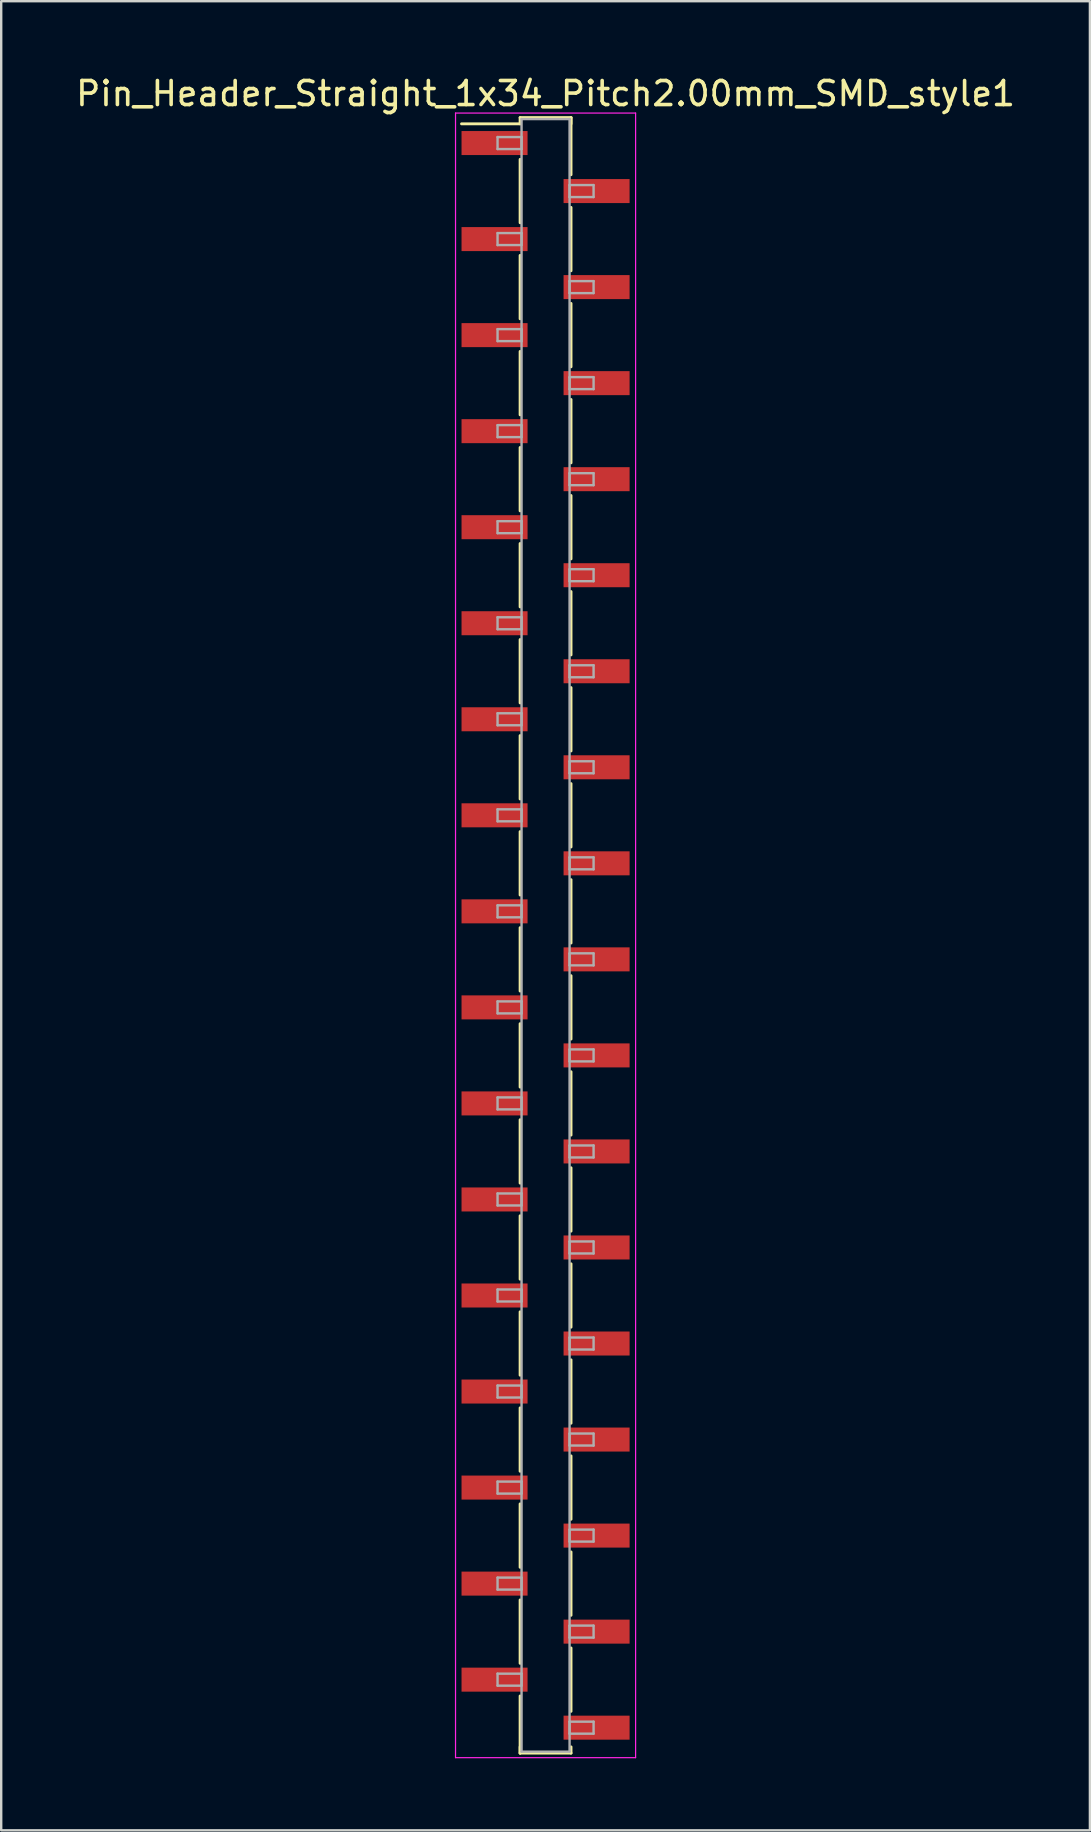
<source format=kicad_pcb>
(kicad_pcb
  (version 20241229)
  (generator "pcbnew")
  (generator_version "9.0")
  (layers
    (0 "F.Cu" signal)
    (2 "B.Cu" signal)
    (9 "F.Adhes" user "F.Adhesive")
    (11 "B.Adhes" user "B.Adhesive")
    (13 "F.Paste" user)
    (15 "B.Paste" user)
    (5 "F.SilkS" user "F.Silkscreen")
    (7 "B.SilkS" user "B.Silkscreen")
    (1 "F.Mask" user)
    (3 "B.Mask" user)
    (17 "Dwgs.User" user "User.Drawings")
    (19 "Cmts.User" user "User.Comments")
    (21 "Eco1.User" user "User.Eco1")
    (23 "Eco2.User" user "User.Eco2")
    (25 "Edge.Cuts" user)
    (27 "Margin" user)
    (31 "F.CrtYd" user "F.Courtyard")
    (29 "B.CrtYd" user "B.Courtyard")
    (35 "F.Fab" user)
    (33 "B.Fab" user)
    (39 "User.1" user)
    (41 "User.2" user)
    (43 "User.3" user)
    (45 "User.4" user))
  (footprint "Pin_Header_Straight_1x34_Pitch2.00mm_SMD_style1"
    (layer "F.Cu")
    (at 19.673 35.908)
    (property "Reference" "Pin_Header_Straight_1x34_Pitch2.00mm_SMD_style1" (at 0 -35.06 0) (layer "F.SilkS") (effects (font (size 1 1) (thickness 0.15))))
    (attr smd)
    (fp_line (start -1.06 -34.06) (end 1.06 -34.06) (stroke (width 0.12) (type solid)) (layer "F.SilkS"))
    (fp_line (start -1.06 -33.8) (end -3.5 -33.8) (stroke (width 0.12) (type solid)) (layer "F.SilkS"))
    (fp_line (start -1.06 -33.8) (end -1.06 -34.06) (stroke (width 0.12) (type solid)) (layer "F.SilkS"))
    (fp_line (start -1.06 -32.32) (end -1.06 -29.68) (stroke (width 0.12) (type solid)) (layer "F.SilkS"))
    (fp_line (start -1.06 -28.32) (end -1.06 -25.68) (stroke (width 0.12) (type solid)) (layer "F.SilkS"))
    (fp_line (start -1.06 -24.32) (end -1.06 -21.68) (stroke (width 0.12) (type solid)) (layer "F.SilkS"))
    (fp_line (start -1.06 -20.32) (end -1.06 -17.68) (stroke (width 0.12) (type solid)) (layer "F.SilkS"))
    (fp_line (start -1.06 -16.32) (end -1.06 -13.68) (stroke (width 0.12) (type solid)) (layer "F.SilkS"))
    (fp_line (start -1.06 -12.32) (end -1.06 -9.68) (stroke (width 0.12) (type solid)) (layer "F.SilkS"))
    (fp_line (start -1.06 -8.32) (end -1.06 -5.68) (stroke (width 0.12) (type solid)) (layer "F.SilkS"))
    (fp_line (start -1.06 -4.32) (end -1.06 -1.68) (stroke (width 0.12) (type solid)) (layer "F.SilkS"))
    (fp_line (start -1.06 -0.32) (end -1.06 2.32) (stroke (width 0.12) (type solid)) (layer "F.SilkS"))
    (fp_line (start -1.06 3.68) (end -1.06 6.32) (stroke (width 0.12) (type solid)) (layer "F.SilkS"))
    (fp_line (start -1.06 7.68) (end -1.06 10.32) (stroke (width 0.12) (type solid)) (layer "F.SilkS"))
    (fp_line (start -1.06 11.68) (end -1.06 14.32) (stroke (width 0.12) (type solid)) (layer "F.SilkS"))
    (fp_line (start -1.06 15.68) (end -1.06 18.32) (stroke (width 0.12) (type solid)) (layer "F.SilkS"))
    (fp_line (start -1.06 19.68) (end -1.06 22.32) (stroke (width 0.12) (type solid)) (layer "F.SilkS"))
    (fp_line (start -1.06 23.68) (end -1.06 26.32) (stroke (width 0.12) (type solid)) (layer "F.SilkS"))
    (fp_line (start -1.06 27.68) (end -1.06 30.32) (stroke (width 0.12) (type solid)) (layer "F.SilkS"))
    (fp_line (start -1.06 31.68) (end -1.06 34.06) (stroke (width 0.12) (type solid)) (layer "F.SilkS"))
    (fp_line (start -1.06 33.8) (end -1.06 34.06) (stroke (width 0.12) (type solid)) (layer "F.SilkS"))
    (fp_line (start -1.06 34.06) (end 1.06 34.06) (stroke (width 0.12) (type solid)) (layer "F.SilkS"))
    (fp_line (start 1.06 -34.06) (end 1.06 -33.8) (stroke (width 0.12) (type solid)) (layer "F.SilkS"))
    (fp_line (start 1.06 -34.06) (end 1.06 -31.68) (stroke (width 0.12) (type solid)) (layer "F.SilkS"))
    (fp_line (start 1.06 -30.32) (end 1.06 -27.68) (stroke (width 0.12) (type solid)) (layer "F.SilkS"))
    (fp_line (start 1.06 -26.32) (end 1.06 -23.68) (stroke (width 0.12) (type solid)) (layer "F.SilkS"))
    (fp_line (start 1.06 -22.32) (end 1.06 -19.68) (stroke (width 0.12) (type solid)) (layer "F.SilkS"))
    (fp_line (start 1.06 -18.32) (end 1.06 -15.68) (stroke (width 0.12) (type solid)) (layer "F.SilkS"))
    (fp_line (start 1.06 -14.32) (end 1.06 -11.68) (stroke (width 0.12) (type solid)) (layer "F.SilkS"))
    (fp_line (start 1.06 -10.32) (end 1.06 -7.68) (stroke (width 0.12) (type solid)) (layer "F.SilkS"))
    (fp_line (start 1.06 -6.32) (end 1.06 -3.68) (stroke (width 0.12) (type solid)) (layer "F.SilkS"))
    (fp_line (start 1.06 -2.32) (end 1.06 0.32) (stroke (width 0.12) (type solid)) (layer "F.SilkS"))
    (fp_line (start 1.06 1.68) (end 1.06 4.32) (stroke (width 0.12) (type solid)) (layer "F.SilkS"))
    (fp_line (start 1.06 5.68) (end 1.06 8.32) (stroke (width 0.12) (type solid)) (layer "F.SilkS"))
    (fp_line (start 1.06 9.68) (end 1.06 12.32) (stroke (width 0.12) (type solid)) (layer "F.SilkS"))
    (fp_line (start 1.06 13.68) (end 1.06 16.32) (stroke (width 0.12) (type solid)) (layer "F.SilkS"))
    (fp_line (start 1.06 17.68) (end 1.06 20.32) (stroke (width 0.12) (type solid)) (layer "F.SilkS"))
    (fp_line (start 1.06 21.68) (end 1.06 24.32) (stroke (width 0.12) (type solid)) (layer "F.SilkS"))
    (fp_line (start 1.06 25.68) (end 1.06 28.32) (stroke (width 0.12) (type solid)) (layer "F.SilkS"))
    (fp_line (start 1.06 29.68) (end 1.06 32.32) (stroke (width 0.12) (type solid)) (layer "F.SilkS"))
    (fp_line (start 1.06 34.06) (end 1.06 33.8) (stroke (width 0.12) (type solid)) (layer "F.SilkS"))
    (fp_line (start -3.75 -34.25) (end -3.75 34.25) (stroke (width 0.05) (type solid)) (layer "F.CrtYd"))
    (fp_line (start -3.75 34.25) (end 3.75 34.25) (stroke (width 0.05) (type solid)) (layer "F.CrtYd"))
    (fp_line (start 3.75 -34.25) (end -3.75 -34.25) (stroke (width 0.05) (type solid)) (layer "F.CrtYd"))
    (fp_line (start 3.75 34.25) (end 3.75 -34.25) (stroke (width 0.05) (type solid)) (layer "F.CrtYd"))
    (fp_line (start -2 -33.25) (end -1 -33.25) (stroke (width 0.1) (type solid)) (layer "F.Fab"))
    (fp_line (start -2 -32.75) (end -2 -33.25) (stroke (width 0.1) (type solid)) (layer "F.Fab"))
    (fp_line (start -2 -29.25) (end -1 -29.25) (stroke (width 0.1) (type solid)) (layer "F.Fab"))
    (fp_line (start -2 -28.75) (end -2 -29.25) (stroke (width 0.1) (type solid)) (layer "F.Fab"))
    (fp_line (start -2 -25.25) (end -1 -25.25) (stroke (width 0.1) (type solid)) (layer "F.Fab"))
    (fp_line (start -2 -24.75) (end -2 -25.25) (stroke (width 0.1) (type solid)) (layer "F.Fab"))
    (fp_line (start -2 -21.25) (end -1 -21.25) (stroke (width 0.1) (type solid)) (layer "F.Fab"))
    (fp_line (start -2 -20.75) (end -2 -21.25) (stroke (width 0.1) (type solid)) (layer "F.Fab"))
    (fp_line (start -2 -17.25) (end -1 -17.25) (stroke (width 0.1) (type solid)) (layer "F.Fab"))
    (fp_line (start -2 -16.75) (end -2 -17.25) (stroke (width 0.1) (type solid)) (layer "F.Fab"))
    (fp_line (start -2 -13.25) (end -1 -13.25) (stroke (width 0.1) (type solid)) (layer "F.Fab"))
    (fp_line (start -2 -12.75) (end -2 -13.25) (stroke (width 0.1) (type solid)) (layer "F.Fab"))
    (fp_line (start -2 -9.25) (end -1 -9.25) (stroke (width 0.1) (type solid)) (layer "F.Fab"))
    (fp_line (start -2 -8.75) (end -2 -9.25) (stroke (width 0.1) (type solid)) (layer "F.Fab"))
    (fp_line (start -2 -5.25) (end -1 -5.25) (stroke (width 0.1) (type solid)) (layer "F.Fab"))
    (fp_line (start -2 -4.75) (end -2 -5.25) (stroke (width 0.1) (type solid)) (layer "F.Fab"))
    (fp_line (start -2 -1.25) (end -1 -1.25) (stroke (width 0.1) (type solid)) (layer "F.Fab"))
    (fp_line (start -2 -0.75) (end -2 -1.25) (stroke (width 0.1) (type solid)) (layer "F.Fab"))
    (fp_line (start -2 2.75) (end -1 2.75) (stroke (width 0.1) (type solid)) (layer "F.Fab"))
    (fp_line (start -2 3.25) (end -2 2.75) (stroke (width 0.1) (type solid)) (layer "F.Fab"))
    (fp_line (start -2 6.75) (end -1 6.75) (stroke (width 0.1) (type solid)) (layer "F.Fab"))
    (fp_line (start -2 7.25) (end -2 6.75) (stroke (width 0.1) (type solid)) (layer "F.Fab"))
    (fp_line (start -2 10.75) (end -1 10.75) (stroke (width 0.1) (type solid)) (layer "F.Fab"))
    (fp_line (start -2 11.25) (end -2 10.75) (stroke (width 0.1) (type solid)) (layer "F.Fab"))
    (fp_line (start -2 14.75) (end -1 14.75) (stroke (width 0.1) (type solid)) (layer "F.Fab"))
    (fp_line (start -2 15.25) (end -2 14.75) (stroke (width 0.1) (type solid)) (layer "F.Fab"))
    (fp_line (start -2 18.75) (end -1 18.75) (stroke (width 0.1) (type solid)) (layer "F.Fab"))
    (fp_line (start -2 19.25) (end -2 18.75) (stroke (width 0.1) (type solid)) (layer "F.Fab"))
    (fp_line (start -2 22.75) (end -1 22.75) (stroke (width 0.1) (type solid)) (layer "F.Fab"))
    (fp_line (start -2 23.25) (end -2 22.75) (stroke (width 0.1) (type solid)) (layer "F.Fab"))
    (fp_line (start -2 26.75) (end -1 26.75) (stroke (width 0.1) (type solid)) (layer "F.Fab"))
    (fp_line (start -2 27.25) (end -2 26.75) (stroke (width 0.1) (type solid)) (layer "F.Fab"))
    (fp_line (start -2 30.75) (end -1 30.75) (stroke (width 0.1) (type solid)) (layer "F.Fab"))
    (fp_line (start -2 31.25) (end -2 30.75) (stroke (width 0.1) (type solid)) (layer "F.Fab"))
    (fp_line (start -1 -34) (end -1 34) (stroke (width 0.1) (type solid)) (layer "F.Fab"))
    (fp_line (start -1 -33.25) (end -1 -32.75) (stroke (width 0.1) (type solid)) (layer "F.Fab"))
    (fp_line (start -1 -32.75) (end -2 -32.75) (stroke (width 0.1) (type solid)) (layer "F.Fab"))
    (fp_line (start -1 -29.25) (end -1 -28.75) (stroke (width 0.1) (type solid)) (layer "F.Fab"))
    (fp_line (start -1 -28.75) (end -2 -28.75) (stroke (width 0.1) (type solid)) (layer "F.Fab"))
    (fp_line (start -1 -25.25) (end -1 -24.75) (stroke (width 0.1) (type solid)) (layer "F.Fab"))
    (fp_line (start -1 -24.75) (end -2 -24.75) (stroke (width 0.1) (type solid)) (layer "F.Fab"))
    (fp_line (start -1 -21.25) (end -1 -20.75) (stroke (width 0.1) (type solid)) (layer "F.Fab"))
    (fp_line (start -1 -20.75) (end -2 -20.75) (stroke (width 0.1) (type solid)) (layer "F.Fab"))
    (fp_line (start -1 -17.25) (end -1 -16.75) (stroke (width 0.1) (type solid)) (layer "F.Fab"))
    (fp_line (start -1 -16.75) (end -2 -16.75) (stroke (width 0.1) (type solid)) (layer "F.Fab"))
    (fp_line (start -1 -13.25) (end -1 -12.75) (stroke (width 0.1) (type solid)) (layer "F.Fab"))
    (fp_line (start -1 -12.75) (end -2 -12.75) (stroke (width 0.1) (type solid)) (layer "F.Fab"))
    (fp_line (start -1 -9.25) (end -1 -8.75) (stroke (width 0.1) (type solid)) (layer "F.Fab"))
    (fp_line (start -1 -8.75) (end -2 -8.75) (stroke (width 0.1) (type solid)) (layer "F.Fab"))
    (fp_line (start -1 -5.25) (end -1 -4.75) (stroke (width 0.1) (type solid)) (layer "F.Fab"))
    (fp_line (start -1 -4.75) (end -2 -4.75) (stroke (width 0.1) (type solid)) (layer "F.Fab"))
    (fp_line (start -1 -1.25) (end -1 -0.75) (stroke (width 0.1) (type solid)) (layer "F.Fab"))
    (fp_line (start -1 -0.75) (end -2 -0.75) (stroke (width 0.1) (type solid)) (layer "F.Fab"))
    (fp_line (start -1 2.75) (end -1 3.25) (stroke (width 0.1) (type solid)) (layer "F.Fab"))
    (fp_line (start -1 3.25) (end -2 3.25) (stroke (width 0.1) (type solid)) (layer "F.Fab"))
    (fp_line (start -1 6.75) (end -1 7.25) (stroke (width 0.1) (type solid)) (layer "F.Fab"))
    (fp_line (start -1 7.25) (end -2 7.25) (stroke (width 0.1) (type solid)) (layer "F.Fab"))
    (fp_line (start -1 10.75) (end -1 11.25) (stroke (width 0.1) (type solid)) (layer "F.Fab"))
    (fp_line (start -1 11.25) (end -2 11.25) (stroke (width 0.1) (type solid)) (layer "F.Fab"))
    (fp_line (start -1 14.75) (end -1 15.25) (stroke (width 0.1) (type solid)) (layer "F.Fab"))
    (fp_line (start -1 15.25) (end -2 15.25) (stroke (width 0.1) (type solid)) (layer "F.Fab"))
    (fp_line (start -1 18.75) (end -1 19.25) (stroke (width 0.1) (type solid)) (layer "F.Fab"))
    (fp_line (start -1 19.25) (end -2 19.25) (stroke (width 0.1) (type solid)) (layer "F.Fab"))
    (fp_line (start -1 22.75) (end -1 23.25) (stroke (width 0.1) (type solid)) (layer "F.Fab"))
    (fp_line (start -1 23.25) (end -2 23.25) (stroke (width 0.1) (type solid)) (layer "F.Fab"))
    (fp_line (start -1 26.75) (end -1 27.25) (stroke (width 0.1) (type solid)) (layer "F.Fab"))
    (fp_line (start -1 27.25) (end -2 27.25) (stroke (width 0.1) (type solid)) (layer "F.Fab"))
    (fp_line (start -1 30.75) (end -1 31.25) (stroke (width 0.1) (type solid)) (layer "F.Fab"))
    (fp_line (start -1 31.25) (end -2 31.25) (stroke (width 0.1) (type solid)) (layer "F.Fab"))
    (fp_line (start -1 34) (end 1 34) (stroke (width 0.1) (type solid)) (layer "F.Fab"))
    (fp_line (start 1 -34) (end -1 -34) (stroke (width 0.1) (type solid)) (layer "F.Fab"))
    (fp_line (start 1 -31.25) (end 1 -30.75) (stroke (width 0.1) (type solid)) (layer "F.Fab"))
    (fp_line (start 1 -30.75) (end 2 -30.75) (stroke (width 0.1) (type solid)) (layer "F.Fab"))
    (fp_line (start 1 -27.25) (end 1 -26.75) (stroke (width 0.1) (type solid)) (layer "F.Fab"))
    (fp_line (start 1 -26.75) (end 2 -26.75) (stroke (width 0.1) (type solid)) (layer "F.Fab"))
    (fp_line (start 1 -23.25) (end 1 -22.75) (stroke (width 0.1) (type solid)) (layer "F.Fab"))
    (fp_line (start 1 -22.75) (end 2 -22.75) (stroke (width 0.1) (type solid)) (layer "F.Fab"))
    (fp_line (start 1 -19.25) (end 1 -18.75) (stroke (width 0.1) (type solid)) (layer "F.Fab"))
    (fp_line (start 1 -18.75) (end 2 -18.75) (stroke (width 0.1) (type solid)) (layer "F.Fab"))
    (fp_line (start 1 -15.25) (end 1 -14.75) (stroke (width 0.1) (type solid)) (layer "F.Fab"))
    (fp_line (start 1 -14.75) (end 2 -14.75) (stroke (width 0.1) (type solid)) (layer "F.Fab"))
    (fp_line (start 1 -11.25) (end 1 -10.75) (stroke (width 0.1) (type solid)) (layer "F.Fab"))
    (fp_line (start 1 -10.75) (end 2 -10.75) (stroke (width 0.1) (type solid)) (layer "F.Fab"))
    (fp_line (start 1 -7.25) (end 1 -6.75) (stroke (width 0.1) (type solid)) (layer "F.Fab"))
    (fp_line (start 1 -6.75) (end 2 -6.75) (stroke (width 0.1) (type solid)) (layer "F.Fab"))
    (fp_line (start 1 -3.25) (end 1 -2.75) (stroke (width 0.1) (type solid)) (layer "F.Fab"))
    (fp_line (start 1 -2.75) (end 2 -2.75) (stroke (width 0.1) (type solid)) (layer "F.Fab"))
    (fp_line (start 1 0.75) (end 1 1.25) (stroke (width 0.1) (type solid)) (layer "F.Fab"))
    (fp_line (start 1 1.25) (end 2 1.25) (stroke (width 0.1) (type solid)) (layer "F.Fab"))
    (fp_line (start 1 4.75) (end 1 5.25) (stroke (width 0.1) (type solid)) (layer "F.Fab"))
    (fp_line (start 1 5.25) (end 2 5.25) (stroke (width 0.1) (type solid)) (layer "F.Fab"))
    (fp_line (start 1 8.75) (end 1 9.25) (stroke (width 0.1) (type solid)) (layer "F.Fab"))
    (fp_line (start 1 9.25) (end 2 9.25) (stroke (width 0.1) (type solid)) (layer "F.Fab"))
    (fp_line (start 1 12.75) (end 1 13.25) (stroke (width 0.1) (type solid)) (layer "F.Fab"))
    (fp_line (start 1 13.25) (end 2 13.25) (stroke (width 0.1) (type solid)) (layer "F.Fab"))
    (fp_line (start 1 16.75) (end 1 17.25) (stroke (width 0.1) (type solid)) (layer "F.Fab"))
    (fp_line (start 1 17.25) (end 2 17.25) (stroke (width 0.1) (type solid)) (layer "F.Fab"))
    (fp_line (start 1 20.75) (end 1 21.25) (stroke (width 0.1) (type solid)) (layer "F.Fab"))
    (fp_line (start 1 21.25) (end 2 21.25) (stroke (width 0.1) (type solid)) (layer "F.Fab"))
    (fp_line (start 1 24.75) (end 1 25.25) (stroke (width 0.1) (type solid)) (layer "F.Fab"))
    (fp_line (start 1 25.25) (end 2 25.25) (stroke (width 0.1) (type solid)) (layer "F.Fab"))
    (fp_line (start 1 28.75) (end 1 29.25) (stroke (width 0.1) (type solid)) (layer "F.Fab"))
    (fp_line (start 1 29.25) (end 2 29.25) (stroke (width 0.1) (type solid)) (layer "F.Fab"))
    (fp_line (start 1 32.75) (end 1 33.25) (stroke (width 0.1) (type solid)) (layer "F.Fab"))
    (fp_line (start 1 33.25) (end 2 33.25) (stroke (width 0.1) (type solid)) (layer "F.Fab"))
    (fp_line (start 1 34) (end 1 -34) (stroke (width 0.1) (type solid)) (layer "F.Fab"))
    (fp_line (start 2 -31.25) (end 1 -31.25) (stroke (width 0.1) (type solid)) (layer "F.Fab"))
    (fp_line (start 2 -30.75) (end 2 -31.25) (stroke (width 0.1) (type solid)) (layer "F.Fab"))
    (fp_line (start 2 -27.25) (end 1 -27.25) (stroke (width 0.1) (type solid)) (layer "F.Fab"))
    (fp_line (start 2 -26.75) (end 2 -27.25) (stroke (width 0.1) (type solid)) (layer "F.Fab"))
    (fp_line (start 2 -23.25) (end 1 -23.25) (stroke (width 0.1) (type solid)) (layer "F.Fab"))
    (fp_line (start 2 -22.75) (end 2 -23.25) (stroke (width 0.1) (type solid)) (layer "F.Fab"))
    (fp_line (start 2 -19.25) (end 1 -19.25) (stroke (width 0.1) (type solid)) (layer "F.Fab"))
    (fp_line (start 2 -18.75) (end 2 -19.25) (stroke (width 0.1) (type solid)) (layer "F.Fab"))
    (fp_line (start 2 -15.25) (end 1 -15.25) (stroke (width 0.1) (type solid)) (layer "F.Fab"))
    (fp_line (start 2 -14.75) (end 2 -15.25) (stroke (width 0.1) (type solid)) (layer "F.Fab"))
    (fp_line (start 2 -11.25) (end 1 -11.25) (stroke (width 0.1) (type solid)) (layer "F.Fab"))
    (fp_line (start 2 -10.75) (end 2 -11.25) (stroke (width 0.1) (type solid)) (layer "F.Fab"))
    (fp_line (start 2 -7.25) (end 1 -7.25) (stroke (width 0.1) (type solid)) (layer "F.Fab"))
    (fp_line (start 2 -6.75) (end 2 -7.25) (stroke (width 0.1) (type solid)) (layer "F.Fab"))
    (fp_line (start 2 -3.25) (end 1 -3.25) (stroke (width 0.1) (type solid)) (layer "F.Fab"))
    (fp_line (start 2 -2.75) (end 2 -3.25) (stroke (width 0.1) (type solid)) (layer "F.Fab"))
    (fp_line (start 2 0.75) (end 1 0.75) (stroke (width 0.1) (type solid)) (layer "F.Fab"))
    (fp_line (start 2 1.25) (end 2 0.75) (stroke (width 0.1) (type solid)) (layer "F.Fab"))
    (fp_line (start 2 4.75) (end 1 4.75) (stroke (width 0.1) (type solid)) (layer "F.Fab"))
    (fp_line (start 2 5.25) (end 2 4.75) (stroke (width 0.1) (type solid)) (layer "F.Fab"))
    (fp_line (start 2 8.75) (end 1 8.75) (stroke (width 0.1) (type solid)) (layer "F.Fab"))
    (fp_line (start 2 9.25) (end 2 8.75) (stroke (width 0.1) (type solid)) (layer "F.Fab"))
    (fp_line (start 2 12.75) (end 1 12.75) (stroke (width 0.1) (type solid)) (layer "F.Fab"))
    (fp_line (start 2 13.25) (end 2 12.75) (stroke (width 0.1) (type solid)) (layer "F.Fab"))
    (fp_line (start 2 16.75) (end 1 16.75) (stroke (width 0.1) (type solid)) (layer "F.Fab"))
    (fp_line (start 2 17.25) (end 2 16.75) (stroke (width 0.1) (type solid)) (layer "F.Fab"))
    (fp_line (start 2 20.75) (end 1 20.75) (stroke (width 0.1) (type solid)) (layer "F.Fab"))
    (fp_line (start 2 21.25) (end 2 20.75) (stroke (width 0.1) (type solid)) (layer "F.Fab"))
    (fp_line (start 2 24.75) (end 1 24.75) (stroke (width 0.1) (type solid)) (layer "F.Fab"))
    (fp_line (start 2 25.25) (end 2 24.75) (stroke (width 0.1) (type solid)) (layer "F.Fab"))
    (fp_line (start 2 28.75) (end 1 28.75) (stroke (width 0.1) (type solid)) (layer "F.Fab"))
    (fp_line (start 2 29.25) (end 2 28.75) (stroke (width 0.1) (type solid)) (layer "F.Fab"))
    (fp_line (start 2 32.75) (end 1 32.75) (stroke (width 0.1) (type solid)) (layer "F.Fab"))
    (fp_line (start 2 33.25) (end 2 32.75) (stroke (width 0.1) (type solid)) (layer "F.Fab"))
    (pad "1" smd rect (at -2.125 -33) (size 2.75 1) (layers "F.Cu" "F.Mask"))
    (pad "2" smd rect (at 2.125 -31) (size 2.75 1) (layers "F.Cu" "F.Mask"))
    (pad "3" smd rect (at -2.125 -29) (size 2.75 1) (layers "F.Cu" "F.Mask"))
    (pad "4" smd rect (at 2.125 -27) (size 2.75 1) (layers "F.Cu" "F.Mask"))
    (pad "5" smd rect (at -2.125 -25) (size 2.75 1) (layers "F.Cu" "F.Mask"))
    (pad "6" smd rect (at 2.125 -23) (size 2.75 1) (layers "F.Cu" "F.Mask"))
    (pad "7" smd rect (at -2.125 -21) (size 2.75 1) (layers "F.Cu" "F.Mask"))
    (pad "8" smd rect (at 2.125 -19) (size 2.75 1) (layers "F.Cu" "F.Mask"))
    (pad "9" smd rect (at -2.125 -17) (size 2.75 1) (layers "F.Cu" "F.Mask"))
    (pad "10" smd rect (at 2.125 -15) (size 2.75 1) (layers "F.Cu" "F.Mask"))
    (pad "11" smd rect (at -2.125 -13) (size 2.75 1) (layers "F.Cu" "F.Mask"))
    (pad "12" smd rect (at 2.125 -11) (size 2.75 1) (layers "F.Cu" "F.Mask"))
    (pad "13" smd rect (at -2.125 -9) (size 2.75 1) (layers "F.Cu" "F.Mask"))
    (pad "14" smd rect (at 2.125 -7) (size 2.75 1) (layers "F.Cu" "F.Mask"))
    (pad "15" smd rect (at -2.125 -5) (size 2.75 1) (layers "F.Cu" "F.Mask"))
    (pad "16" smd rect (at 2.125 -3) (size 2.75 1) (layers "F.Cu" "F.Mask"))
    (pad "17" smd rect (at -2.125 -1) (size 2.75 1) (layers "F.Cu" "F.Mask"))
    (pad "18" smd rect (at 2.125 1) (size 2.75 1) (layers "F.Cu" "F.Mask"))
    (pad "19" smd rect (at -2.125 3) (size 2.75 1) (layers "F.Cu" "F.Mask"))
    (pad "20" smd rect (at 2.125 5) (size 2.75 1) (layers "F.Cu" "F.Mask"))
    (pad "21" smd rect (at -2.125 7) (size 2.75 1) (layers "F.Cu" "F.Mask"))
    (pad "22" smd rect (at 2.125 9) (size 2.75 1) (layers "F.Cu" "F.Mask"))
    (pad "23" smd rect (at -2.125 11) (size 2.75 1) (layers "F.Cu" "F.Mask"))
    (pad "24" smd rect (at 2.125 13) (size 2.75 1) (layers "F.Cu" "F.Mask"))
    (pad "25" smd rect (at -2.125 15) (size 2.75 1) (layers "F.Cu" "F.Mask"))
    (pad "26" smd rect (at 2.125 17) (size 2.75 1) (layers "F.Cu" "F.Mask"))
    (pad "27" smd rect (at -2.125 19) (size 2.75 1) (layers "F.Cu" "F.Mask"))
    (pad "28" smd rect (at 2.125 21) (size 2.75 1) (layers "F.Cu" "F.Mask"))
    (pad "29" smd rect (at -2.125 23) (size 2.75 1) (layers "F.Cu" "F.Mask"))
    (pad "30" smd rect (at 2.125 25) (size 2.75 1) (layers "F.Cu" "F.Mask"))
    (pad "31" smd rect (at -2.125 27) (size 2.75 1) (layers "F.Cu" "F.Mask"))
    (pad "32" smd rect (at 2.125 29) (size 2.75 1) (layers "F.Cu" "F.Mask"))
    (pad "33" smd rect (at -2.125 31) (size 2.75 1) (layers "F.Cu" "F.Mask"))
    (pad "34" smd rect (at 2.125 33) (size 2.75 1) (layers "F.Cu" "F.Mask")))
  (gr_rect
    (start -3 -3)
    (end 42.345 73.183)
    (stroke (width 0.1) (type default))
    (fill no)
    (layer "Edge.Cuts")))
</source>
